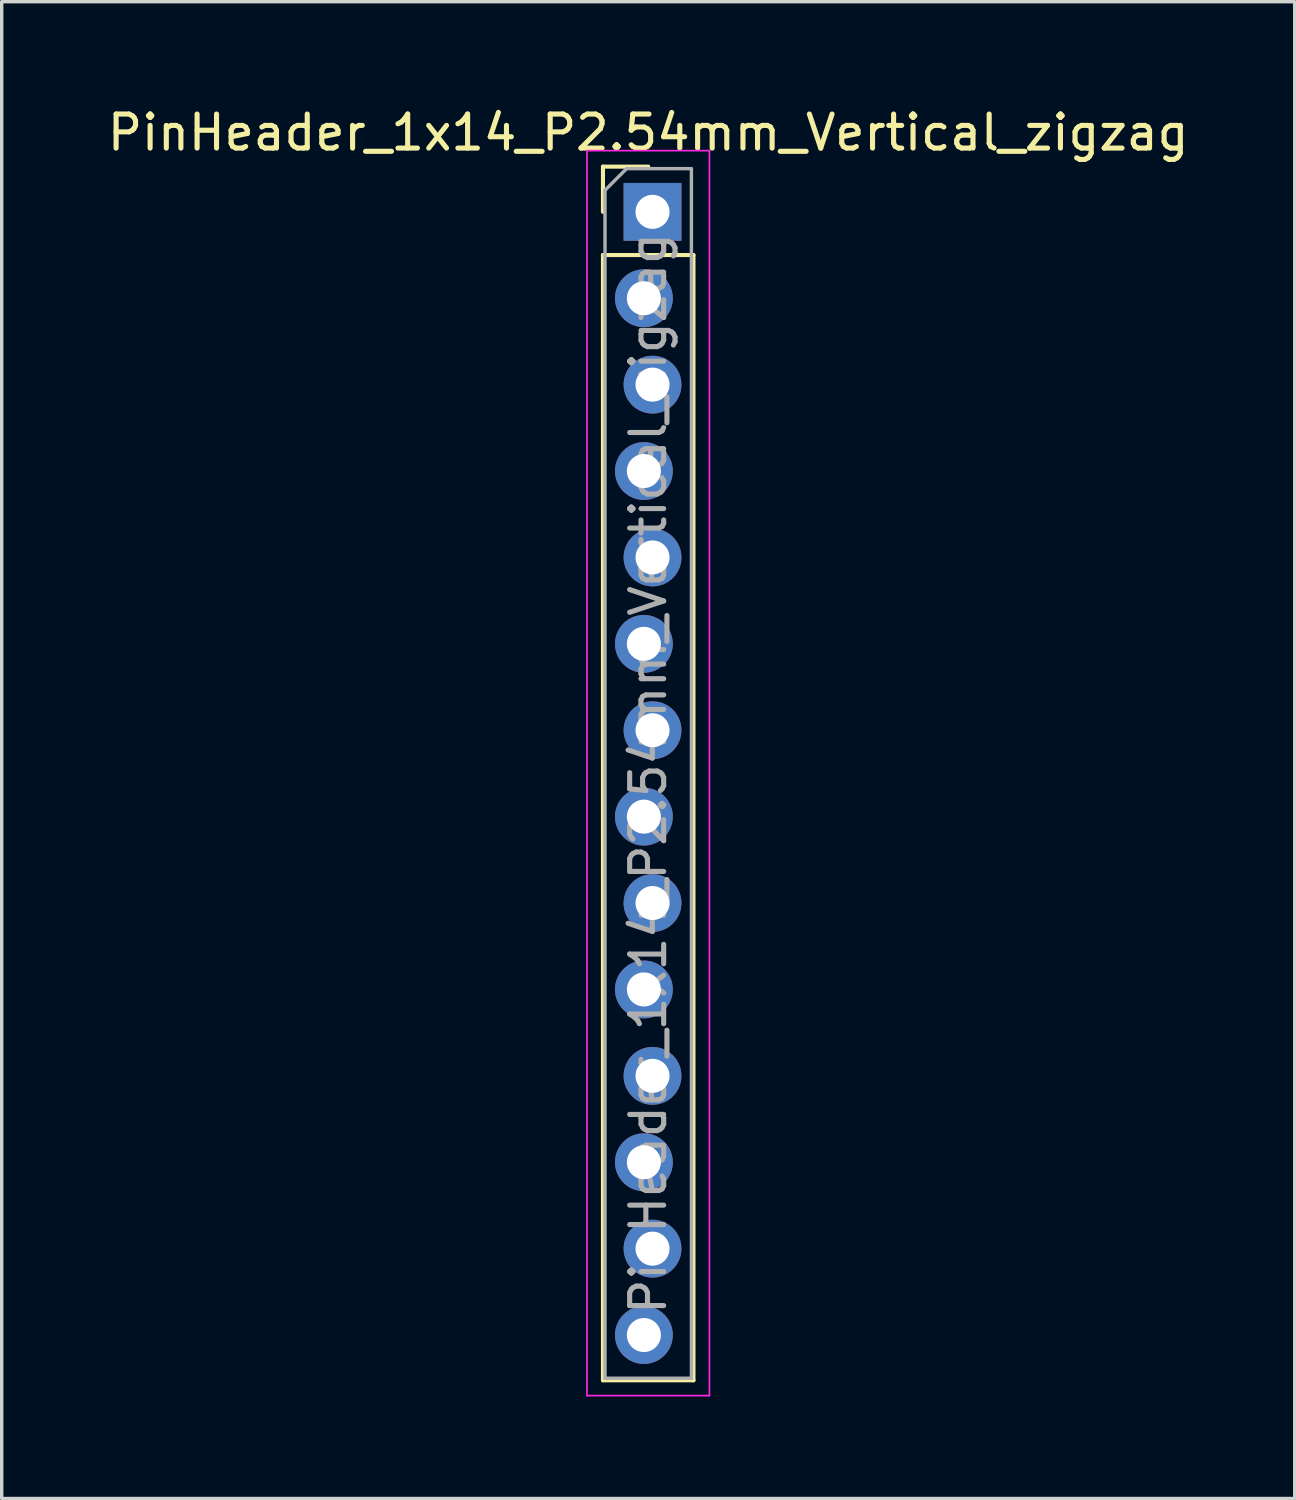
<source format=kicad_pcb>
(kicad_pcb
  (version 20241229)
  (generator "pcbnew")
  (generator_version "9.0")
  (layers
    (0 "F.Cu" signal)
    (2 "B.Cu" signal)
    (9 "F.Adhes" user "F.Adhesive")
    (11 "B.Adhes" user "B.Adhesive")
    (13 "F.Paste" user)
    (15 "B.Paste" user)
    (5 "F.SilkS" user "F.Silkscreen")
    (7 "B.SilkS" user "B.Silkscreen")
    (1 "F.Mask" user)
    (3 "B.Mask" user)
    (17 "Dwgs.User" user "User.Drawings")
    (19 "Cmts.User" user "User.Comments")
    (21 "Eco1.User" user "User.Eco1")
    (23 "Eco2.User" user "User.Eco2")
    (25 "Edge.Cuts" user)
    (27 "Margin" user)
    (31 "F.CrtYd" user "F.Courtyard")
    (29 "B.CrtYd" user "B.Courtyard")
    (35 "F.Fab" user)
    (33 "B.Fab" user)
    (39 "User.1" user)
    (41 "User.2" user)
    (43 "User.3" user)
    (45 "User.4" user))
  (footprint "PinHeader_1x14_P2.54mm_Vertical_zigzag"
    (layer "F.Cu")
    (at 16.006 3.178)
    (property "Reference" "PinHeader_1x14_P2.54mm_Vertical_zigzag" (at 0 -2.33 0) (layer "F.SilkS") (effects (font (size 1 1) (thickness 0.15))))
    (attr through_hole)
    (fp_line (start -1.33 -1.33) (end 0 -1.33) (stroke (width 0.12) (type solid)) (layer "F.SilkS"))
    (fp_line (start -1.33 0) (end -1.33 -1.33) (stroke (width 0.12) (type solid)) (layer "F.SilkS"))
    (fp_line (start -1.33 1.27) (end -1.33 34.35) (stroke (width 0.12) (type solid)) (layer "F.SilkS"))
    (fp_line (start -1.33 1.27) (end 1.33 1.27) (stroke (width 0.12) (type solid)) (layer "F.SilkS"))
    (fp_line (start -1.33 34.35) (end 1.33 34.35) (stroke (width 0.12) (type solid)) (layer "F.SilkS"))
    (fp_line (start 1.33 1.27) (end 1.33 34.35) (stroke (width 0.12) (type solid)) (layer "F.SilkS"))
    (fp_line (start -1.8 -1.8) (end -1.8 34.8) (stroke (width 0.05) (type solid)) (layer "F.CrtYd"))
    (fp_line (start -1.8 34.8) (end 1.8 34.8) (stroke (width 0.05) (type solid)) (layer "F.CrtYd"))
    (fp_line (start 1.8 -1.8) (end -1.8 -1.8) (stroke (width 0.05) (type solid)) (layer "F.CrtYd"))
    (fp_line (start 1.8 34.8) (end 1.8 -1.8) (stroke (width 0.05) (type solid)) (layer "F.CrtYd"))
    (fp_line (start -1.27 -0.635) (end -0.635 -1.27) (stroke (width 0.1) (type solid)) (layer "F.Fab"))
    (fp_line (start -1.27 34.29) (end -1.27 -0.635) (stroke (width 0.1) (type solid)) (layer "F.Fab"))
    (fp_line (start -0.635 -1.27) (end 1.27 -1.27) (stroke (width 0.1) (type solid)) (layer "F.Fab"))
    (fp_line (start 1.27 -1.27) (end 1.27 34.29) (stroke (width 0.1) (type solid)) (layer "F.Fab"))
    (fp_line (start 1.27 34.29) (end -1.27 34.29) (stroke (width 0.1) (type solid)) (layer "F.Fab"))
    (fp_text user "${REFERENCE}" (at 0 16.51 90) (layer "F.Fab") (effects (font (size 1 1) (thickness 0.15))))
    (pad "1" thru_hole rect (at 0.127 0) (size 1.7 1.7) (drill 1) (layers "*.Cu" "*.Mask"))
    (pad "2" thru_hole oval (at -0.127 2.54) (size 1.7 1.7) (drill 1) (layers "*.Cu" "*.Mask"))
    (pad "3" thru_hole oval (at 0.127 5.08) (size 1.7 1.7) (drill 1) (layers "*.Cu" "*.Mask"))
    (pad "4" thru_hole oval (at -0.127 7.62) (size 1.7 1.7) (drill 1) (layers "*.Cu" "*.Mask"))
    (pad "5" thru_hole oval (at 0.127 10.16) (size 1.7 1.7) (drill 1) (layers "*.Cu" "*.Mask"))
    (pad "6" thru_hole oval (at -0.127 12.7) (size 1.7 1.7) (drill 1) (layers "*.Cu" "*.Mask"))
    (pad "7" thru_hole oval (at 0.127 15.24) (size 1.7 1.7) (drill 1) (layers "*.Cu" "*.Mask"))
    (pad "8" thru_hole oval (at -0.127 17.78) (size 1.7 1.7) (drill 1) (layers "*.Cu" "*.Mask"))
    (pad "9" thru_hole oval (at 0.127 20.32) (size 1.7 1.7) (drill 1) (layers "*.Cu" "*.Mask"))
    (pad "10" thru_hole oval (at -0.127 22.86) (size 1.7 1.7) (drill 1) (layers "*.Cu" "*.Mask"))
    (pad "11" thru_hole oval (at 0.127 25.4) (size 1.7 1.7) (drill 1) (layers "*.Cu" "*.Mask"))
    (pad "12" thru_hole oval (at -0.127 27.94) (size 1.7 1.7) (drill 1) (layers "*.Cu" "*.Mask"))
    (pad "13" thru_hole oval (at 0.127 30.48) (size 1.7 1.7) (drill 1) (layers "*.Cu" "*.Mask"))
    (pad "14" thru_hole oval (at -0.127 33.02) (size 1.7 1.7) (drill 1) (layers "*.Cu" "*.Mask")))
  (gr_rect
    (start -3 -3)
    (end 35.012 41.003)
    (stroke (width 0.1) (type default))
    (fill no)
    (layer "Edge.Cuts")))
</source>
